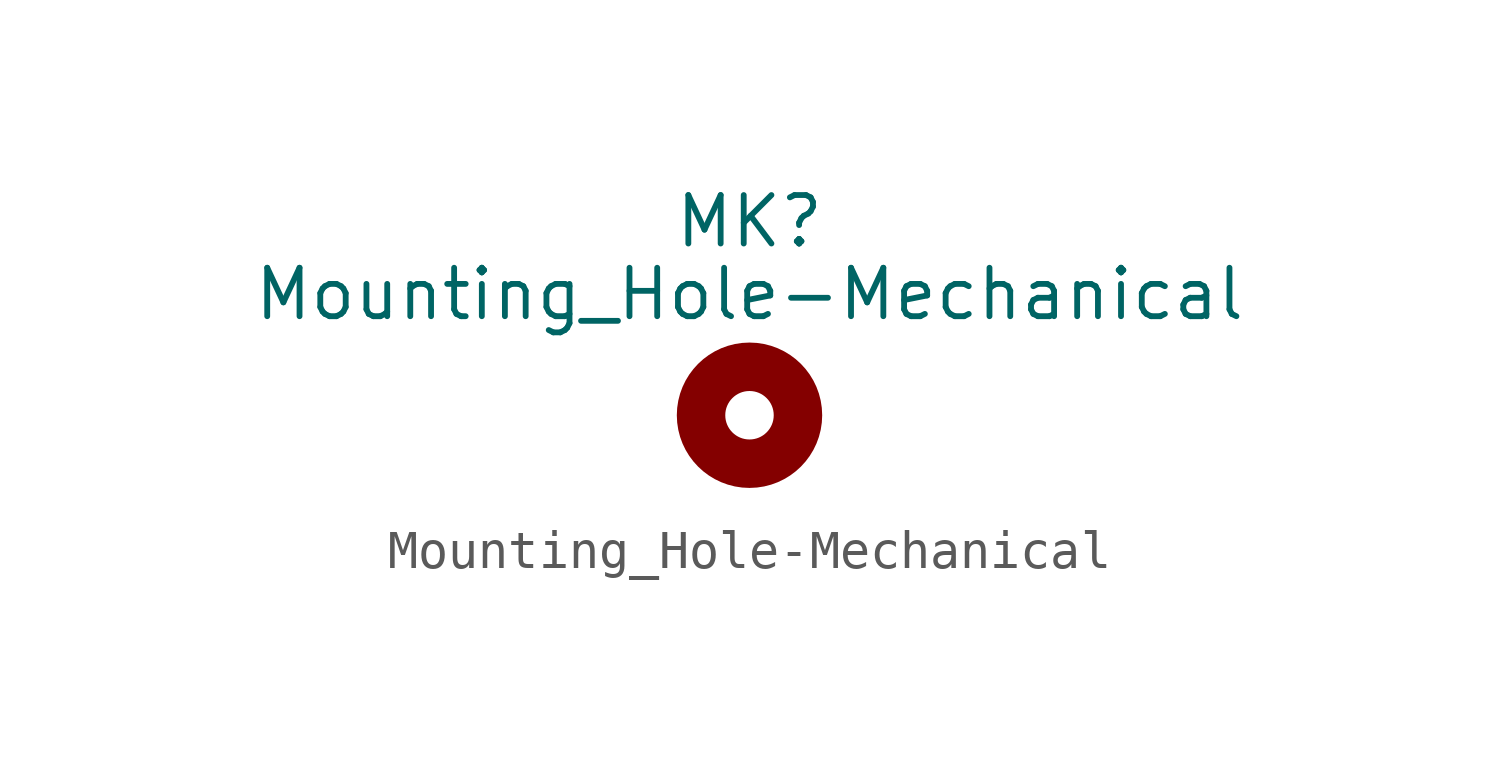
<source format=kicad_sym>
(kicad_symbol_lib
  (version 20201005)
  (generator kicad_symbol_editor)
  (symbol "minnowboard-ls-lure-rescue:Mounting_Hole-Mechanical"
    (pin_names
      (offset 1.016))
    (property "Reference" "MK"
      (at 0 5.08 0)
      (effects (font (size 1.27 1.27))))
    (property "Value" "Mounting_Hole-Mechanical"
      (at 0 3.175 0)
      (effects (font (size 1.27 1.27))))
    (symbol "Mounting_Hole-Mechanical_0_1"
      (circle (center 0 0) (radius 1.27) (stroke (width 1.27)) (fill (type none))))))
</source>
